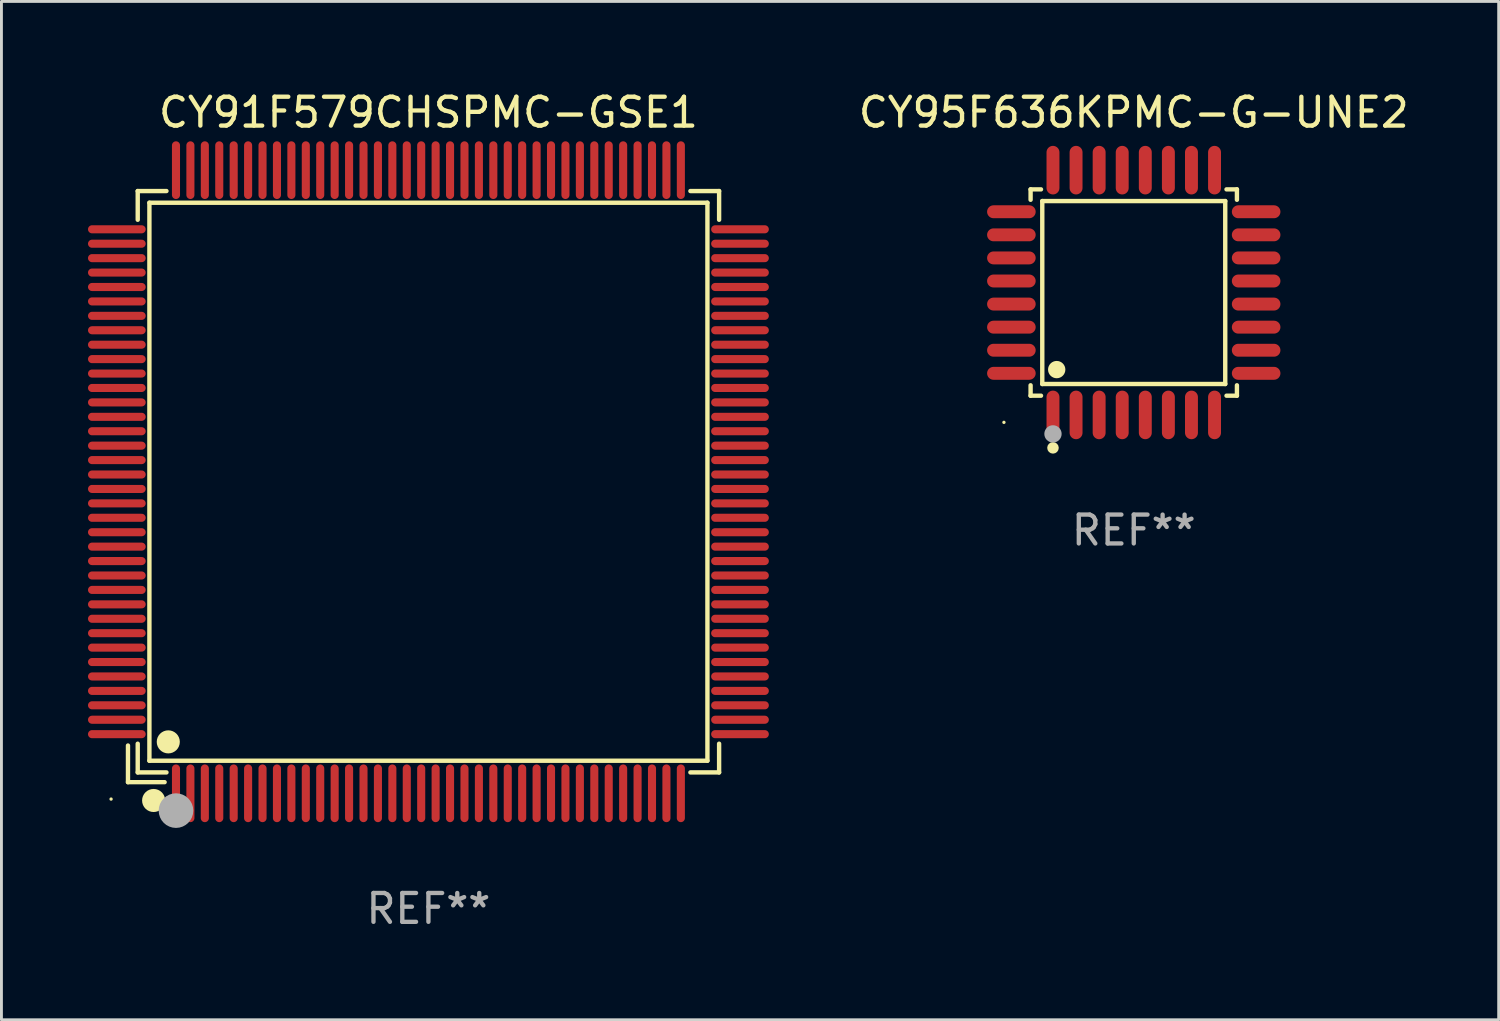
<source format=kicad_pcb>
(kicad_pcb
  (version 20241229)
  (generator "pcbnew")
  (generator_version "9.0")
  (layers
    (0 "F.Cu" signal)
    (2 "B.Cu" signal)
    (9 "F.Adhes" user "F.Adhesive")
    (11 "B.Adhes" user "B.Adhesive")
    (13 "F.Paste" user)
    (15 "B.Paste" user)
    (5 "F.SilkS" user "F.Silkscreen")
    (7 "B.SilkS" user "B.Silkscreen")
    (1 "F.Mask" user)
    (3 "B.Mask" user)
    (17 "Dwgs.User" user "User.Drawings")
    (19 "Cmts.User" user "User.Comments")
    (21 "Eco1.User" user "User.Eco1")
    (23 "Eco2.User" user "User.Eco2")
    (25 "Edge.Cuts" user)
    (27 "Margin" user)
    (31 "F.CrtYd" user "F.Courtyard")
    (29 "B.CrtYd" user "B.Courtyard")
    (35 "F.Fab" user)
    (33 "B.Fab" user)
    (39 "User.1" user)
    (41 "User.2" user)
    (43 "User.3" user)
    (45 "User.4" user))
  (footprint "CY91F579CHSPMC-GSE1"
    (layer "F.Cu")
    (at 11.8 13.648)
    (property "Reference" "CY91F579CHSPMC-GSE1" (at 0 -12.8 0) (layer "F.SilkS") (effects (font (size 1 1) (thickness 0.15))))
    (attr through_hole)
    (fp_line (start -10.414 9.144) (end -10.414 10.414) (stroke (width 0.152) (type solid)) (layer "F.SilkS"))
    (fp_line (start -10.414 10.414) (end -9.144 10.414) (stroke (width 0.152) (type solid)) (layer "F.SilkS"))
    (fp_line (start -10.076 -10.076) (end -9.08 -10.076) (stroke (width 0.152) (type solid)) (layer "F.SilkS"))
    (fp_line (start -10.076 -9.08) (end -10.076 -10.076) (stroke (width 0.152) (type solid)) (layer "F.SilkS"))
    (fp_line (start -10.076 9.081) (end -10.076 10.076) (stroke (width 0.152) (type solid)) (layer "F.SilkS"))
    (fp_line (start -10.076 10.076) (end -9.08 10.076) (stroke (width 0.152) (type solid)) (layer "F.SilkS"))
    (fp_line (start -9.671 -9.671) (end 9.671 -9.671) (stroke (width 0.152) (type solid)) (layer "F.SilkS"))
    (fp_line (start -9.671 9.671) (end -9.671 -9.671) (stroke (width 0.152) (type solid)) (layer "F.SilkS"))
    (fp_line (start 9.671 -9.671) (end 9.671 9.671) (stroke (width 0.152) (type solid)) (layer "F.SilkS"))
    (fp_line (start 9.671 9.671) (end -9.671 9.671) (stroke (width 0.152) (type solid)) (layer "F.SilkS"))
    (fp_line (start 10.076 -10.076) (end 9.081 -10.076) (stroke (width 0.152) (type solid)) (layer "F.SilkS"))
    (fp_line (start 10.076 -9.08) (end 10.076 -10.076) (stroke (width 0.152) (type solid)) (layer "F.SilkS"))
    (fp_line (start 10.076 9.081) (end 10.076 10.076) (stroke (width 0.152) (type solid)) (layer "F.SilkS"))
    (fp_line (start 10.076 10.076) (end 9.081 10.076) (stroke (width 0.152) (type solid)) (layer "F.SilkS"))
    (fp_circle (center -11 11) (end -10.97 11) (stroke (width 0.06) (type solid)) (fill no) (layer "F.SilkS"))
    (fp_circle (center -9.525 11.049) (end -9.325 11.049) (stroke (width 0.4) (type solid)) (fill no) (layer "F.SilkS"))
    (fp_circle (center -9.017 9.017) (end -8.817 9.017) (stroke (width 0.4) (type solid)) (fill no) (layer "F.SilkS"))
    (fp_circle (center -8.75 11.4) (end -8.45 11.4) (stroke (width 0.6) (type solid)) (fill no) (layer "F.Fab"))
    (fp_text user "REF**" (at 0 14.8 0) (layer "F.Fab") (effects (font (size 1 1) (thickness 0.15))))
    (pad "1" smd oval (at -8.75 10.8) (size 0.28 2) (layers "F.Cu" "F.Mask" "F.Paste"))
    (pad "2" smd oval (at -8.25 10.8) (size 0.28 2) (layers "F.Cu" "F.Mask" "F.Paste"))
    (pad "3" smd oval (at -7.75 10.8) (size 0.28 2) (layers "F.Cu" "F.Mask" "F.Paste"))
    (pad "4" smd oval (at -7.25 10.8) (size 0.28 2) (layers "F.Cu" "F.Mask" "F.Paste"))
    (pad "5" smd oval (at -6.75 10.8) (size 0.28 2) (layers "F.Cu" "F.Mask" "F.Paste"))
    (pad "6" smd oval (at -6.25 10.8) (size 0.28 2) (layers "F.Cu" "F.Mask" "F.Paste"))
    (pad "7" smd oval (at -5.75 10.8) (size 0.28 2) (layers "F.Cu" "F.Mask" "F.Paste"))
    (pad "8" smd oval (at -5.25 10.8) (size 0.28 2) (layers "F.Cu" "F.Mask" "F.Paste"))
    (pad "9" smd oval (at -4.75 10.8) (size 0.28 2) (layers "F.Cu" "F.Mask" "F.Paste"))
    (pad "10" smd oval (at -4.25 10.8) (size 0.28 2) (layers "F.Cu" "F.Mask" "F.Paste"))
    (pad "11" smd oval (at -3.75 10.8) (size 0.28 2) (layers "F.Cu" "F.Mask" "F.Paste"))
    (pad "12" smd oval (at -3.25 10.8) (size 0.28 2) (layers "F.Cu" "F.Mask" "F.Paste"))
    (pad "13" smd oval (at -2.75 10.8) (size 0.28 2) (layers "F.Cu" "F.Mask" "F.Paste"))
    (pad "14" smd oval (at -2.25 10.8) (size 0.28 2) (layers "F.Cu" "F.Mask" "F.Paste"))
    (pad "15" smd oval (at -1.75 10.8) (size 0.28 2) (layers "F.Cu" "F.Mask" "F.Paste"))
    (pad "16" smd oval (at -1.25 10.8) (size 0.28 2) (layers "F.Cu" "F.Mask" "F.Paste"))
    (pad "17" smd oval (at -0.75 10.8) (size 0.28 2) (layers "F.Cu" "F.Mask" "F.Paste"))
    (pad "18" smd oval (at -0.25 10.8) (size 0.28 2) (layers "F.Cu" "F.Mask" "F.Paste"))
    (pad "19" smd oval (at 0.25 10.8) (size 0.28 2) (layers "F.Cu" "F.Mask" "F.Paste"))
    (pad "20" smd oval (at 0.75 10.8) (size 0.28 2) (layers "F.Cu" "F.Mask" "F.Paste"))
    (pad "21" smd oval (at 1.25 10.8) (size 0.28 2) (layers "F.Cu" "F.Mask" "F.Paste"))
    (pad "22" smd oval (at 1.75 10.8) (size 0.28 2) (layers "F.Cu" "F.Mask" "F.Paste"))
    (pad "23" smd oval (at 2.25 10.8) (size 0.28 2) (layers "F.Cu" "F.Mask" "F.Paste"))
    (pad "24" smd oval (at 2.75 10.8) (size 0.28 2) (layers "F.Cu" "F.Mask" "F.Paste"))
    (pad "25" smd oval (at 3.25 10.8) (size 0.28 2) (layers "F.Cu" "F.Mask" "F.Paste"))
    (pad "26" smd oval (at 3.75 10.8) (size 0.28 2) (layers "F.Cu" "F.Mask" "F.Paste"))
    (pad "27" smd oval (at 4.25 10.8) (size 0.28 2) (layers "F.Cu" "F.Mask" "F.Paste"))
    (pad "28" smd oval (at 4.75 10.8) (size 0.28 2) (layers "F.Cu" "F.Mask" "F.Paste"))
    (pad "29" smd oval (at 5.25 10.8) (size 0.28 2) (layers "F.Cu" "F.Mask" "F.Paste"))
    (pad "30" smd oval (at 5.75 10.8) (size 0.28 2) (layers "F.Cu" "F.Mask" "F.Paste"))
    (pad "31" smd oval (at 6.25 10.8) (size 0.28 2) (layers "F.Cu" "F.Mask" "F.Paste"))
    (pad "32" smd oval (at 6.75 10.8) (size 0.28 2) (layers "F.Cu" "F.Mask" "F.Paste"))
    (pad "33" smd oval (at 7.25 10.8) (size 0.28 2) (layers "F.Cu" "F.Mask" "F.Paste"))
    (pad "34" smd oval (at 7.75 10.8) (size 0.28 2) (layers "F.Cu" "F.Mask" "F.Paste"))
    (pad "35" smd oval (at 8.25 10.8) (size 0.28 2) (layers "F.Cu" "F.Mask" "F.Paste"))
    (pad "36" smd oval (at 8.75 10.8) (size 0.28 2) (layers "F.Cu" "F.Mask" "F.Paste"))
    (pad "37" smd oval (at 10.8 8.75) (size 2 0.28) (layers "F.Cu" "F.Mask" "F.Paste"))
    (pad "38" smd oval (at 10.8 8.25) (size 2 0.28) (layers "F.Cu" "F.Mask" "F.Paste"))
    (pad "39" smd oval (at 10.8 7.75) (size 2 0.28) (layers "F.Cu" "F.Mask" "F.Paste"))
    (pad "40" smd oval (at 10.8 7.25) (size 2 0.28) (layers "F.Cu" "F.Mask" "F.Paste"))
    (pad "41" smd oval (at 10.8 6.75) (size 2 0.28) (layers "F.Cu" "F.Mask" "F.Paste"))
    (pad "42" smd oval (at 10.8 6.25) (size 2 0.28) (layers "F.Cu" "F.Mask" "F.Paste"))
    (pad "43" smd oval (at 10.8 5.75) (size 2 0.28) (layers "F.Cu" "F.Mask" "F.Paste"))
    (pad "44" smd oval (at 10.8 5.25) (size 2 0.28) (layers "F.Cu" "F.Mask" "F.Paste"))
    (pad "45" smd oval (at 10.8 4.75) (size 2 0.28) (layers "F.Cu" "F.Mask" "F.Paste"))
    (pad "46" smd oval (at 10.8 4.25) (size 2 0.28) (layers "F.Cu" "F.Mask" "F.Paste"))
    (pad "47" smd oval (at 10.8 3.75) (size 2 0.28) (layers "F.Cu" "F.Mask" "F.Paste"))
    (pad "48" smd oval (at 10.8 3.25) (size 2 0.28) (layers "F.Cu" "F.Mask" "F.Paste"))
    (pad "49" smd oval (at 10.8 2.75) (size 2 0.28) (layers "F.Cu" "F.Mask" "F.Paste"))
    (pad "50" smd oval (at 10.8 2.25) (size 2 0.28) (layers "F.Cu" "F.Mask" "F.Paste"))
    (pad "51" smd oval (at 10.8 1.75) (size 2 0.28) (layers "F.Cu" "F.Mask" "F.Paste"))
    (pad "52" smd oval (at 10.8 1.25) (size 2 0.28) (layers "F.Cu" "F.Mask" "F.Paste"))
    (pad "53" smd oval (at 10.8 0.75) (size 2 0.28) (layers "F.Cu" "F.Mask" "F.Paste"))
    (pad "54" smd oval (at 10.8 0.25) (size 2 0.28) (layers "F.Cu" "F.Mask" "F.Paste"))
    (pad "55" smd oval (at 10.8 -0.25) (size 2 0.28) (layers "F.Cu" "F.Mask" "F.Paste"))
    (pad "56" smd oval (at 10.8 -0.75) (size 2 0.28) (layers "F.Cu" "F.Mask" "F.Paste"))
    (pad "57" smd oval (at 10.8 -1.25) (size 2 0.28) (layers "F.Cu" "F.Mask" "F.Paste"))
    (pad "58" smd oval (at 10.8 -1.75) (size 2 0.28) (layers "F.Cu" "F.Mask" "F.Paste"))
    (pad "59" smd oval (at 10.8 -2.25) (size 2 0.28) (layers "F.Cu" "F.Mask" "F.Paste"))
    (pad "60" smd oval (at 10.8 -2.75) (size 2 0.28) (layers "F.Cu" "F.Mask" "F.Paste"))
    (pad "61" smd oval (at 10.8 -3.25) (size 2 0.28) (layers "F.Cu" "F.Mask" "F.Paste"))
    (pad "62" smd oval (at 10.8 -3.75) (size 2 0.28) (layers "F.Cu" "F.Mask" "F.Paste"))
    (pad "63" smd oval (at 10.8 -4.25) (size 2 0.28) (layers "F.Cu" "F.Mask" "F.Paste"))
    (pad "64" smd oval (at 10.8 -4.75) (size 2 0.28) (layers "F.Cu" "F.Mask" "F.Paste"))
    (pad "65" smd oval (at 10.8 -5.25) (size 2 0.28) (layers "F.Cu" "F.Mask" "F.Paste"))
    (pad "66" smd oval (at 10.8 -5.75) (size 2 0.28) (layers "F.Cu" "F.Mask" "F.Paste"))
    (pad "67" smd oval (at 10.8 -6.25) (size 2 0.28) (layers "F.Cu" "F.Mask" "F.Paste"))
    (pad "68" smd oval (at 10.8 -6.75) (size 2 0.28) (layers "F.Cu" "F.Mask" "F.Paste"))
    (pad "69" smd oval (at 10.8 -7.25) (size 2 0.28) (layers "F.Cu" "F.Mask" "F.Paste"))
    (pad "70" smd oval (at 10.8 -7.75) (size 2 0.28) (layers "F.Cu" "F.Mask" "F.Paste"))
    (pad "71" smd oval (at 10.8 -8.25) (size 2 0.28) (layers "F.Cu" "F.Mask" "F.Paste"))
    (pad "72" smd oval (at 10.8 -8.75) (size 2 0.28) (layers "F.Cu" "F.Mask" "F.Paste"))
    (pad "73" smd oval (at 8.75 -10.8) (size 0.28 2) (layers "F.Cu" "F.Mask" "F.Paste"))
    (pad "74" smd oval (at 8.25 -10.8) (size 0.28 2) (layers "F.Cu" "F.Mask" "F.Paste"))
    (pad "75" smd oval (at 7.75 -10.8) (size 0.28 2) (layers "F.Cu" "F.Mask" "F.Paste"))
    (pad "76" smd oval (at 7.25 -10.8) (size 0.28 2) (layers "F.Cu" "F.Mask" "F.Paste"))
    (pad "77" smd oval (at 6.75 -10.8) (size 0.28 2) (layers "F.Cu" "F.Mask" "F.Paste"))
    (pad "78" smd oval (at 6.25 -10.8) (size 0.28 2) (layers "F.Cu" "F.Mask" "F.Paste"))
    (pad "79" smd oval (at 5.75 -10.8) (size 0.28 2) (layers "F.Cu" "F.Mask" "F.Paste"))
    (pad "80" smd oval (at 5.25 -10.8) (size 0.28 2) (layers "F.Cu" "F.Mask" "F.Paste"))
    (pad "81" smd oval (at 4.75 -10.8) (size 0.28 2) (layers "F.Cu" "F.Mask" "F.Paste"))
    (pad "82" smd oval (at 4.25 -10.8) (size 0.28 2) (layers "F.Cu" "F.Mask" "F.Paste"))
    (pad "83" smd oval (at 3.75 -10.8) (size 0.28 2) (layers "F.Cu" "F.Mask" "F.Paste"))
    (pad "84" smd oval (at 3.25 -10.8) (size 0.28 2) (layers "F.Cu" "F.Mask" "F.Paste"))
    (pad "85" smd oval (at 2.75 -10.8) (size 0.28 2) (layers "F.Cu" "F.Mask" "F.Paste"))
    (pad "86" smd oval (at 2.25 -10.8) (size 0.28 2) (layers "F.Cu" "F.Mask" "F.Paste"))
    (pad "87" smd oval (at 1.75 -10.8) (size 0.28 2) (layers "F.Cu" "F.Mask" "F.Paste"))
    (pad "88" smd oval (at 1.25 -10.8) (size 0.28 2) (layers "F.Cu" "F.Mask" "F.Paste"))
    (pad "89" smd oval (at 0.75 -10.8) (size 0.28 2) (layers "F.Cu" "F.Mask" "F.Paste"))
    (pad "90" smd oval (at 0.25 -10.8) (size 0.28 2) (layers "F.Cu" "F.Mask" "F.Paste"))
    (pad "91" smd oval (at -0.25 -10.8) (size 0.28 2) (layers "F.Cu" "F.Mask" "F.Paste"))
    (pad "92" smd oval (at -0.75 -10.8) (size 0.28 2) (layers "F.Cu" "F.Mask" "F.Paste"))
    (pad "93" smd oval (at -1.25 -10.8) (size 0.28 2) (layers "F.Cu" "F.Mask" "F.Paste"))
    (pad "94" smd oval (at -1.75 -10.8) (size 0.28 2) (layers "F.Cu" "F.Mask" "F.Paste"))
    (pad "95" smd oval (at -2.25 -10.8) (size 0.28 2) (layers "F.Cu" "F.Mask" "F.Paste"))
    (pad "96" smd oval (at -2.75 -10.8) (size 0.28 2) (layers "F.Cu" "F.Mask" "F.Paste"))
    (pad "97" smd oval (at -3.25 -10.8) (size 0.28 2) (layers "F.Cu" "F.Mask" "F.Paste"))
    (pad "98" smd oval (at -3.75 -10.8) (size 0.28 2) (layers "F.Cu" "F.Mask" "F.Paste"))
    (pad "99" smd oval (at -4.25 -10.8) (size 0.28 2) (layers "F.Cu" "F.Mask" "F.Paste"))
    (pad "100" smd oval (at -4.75 -10.8) (size 0.28 2) (layers "F.Cu" "F.Mask" "F.Paste"))
    (pad "101" smd oval (at -5.25 -10.8) (size 0.28 2) (layers "F.Cu" "F.Mask" "F.Paste"))
    (pad "102" smd oval (at -5.75 -10.8) (size 0.28 2) (layers "F.Cu" "F.Mask" "F.Paste"))
    (pad "103" smd oval (at -6.25 -10.8) (size 0.28 2) (layers "F.Cu" "F.Mask" "F.Paste"))
    (pad "104" smd oval (at -6.75 -10.8) (size 0.28 2) (layers "F.Cu" "F.Mask" "F.Paste"))
    (pad "105" smd oval (at -7.25 -10.8) (size 0.28 2) (layers "F.Cu" "F.Mask" "F.Paste"))
    (pad "106" smd oval (at -7.75 -10.8) (size 0.28 2) (layers "F.Cu" "F.Mask" "F.Paste"))
    (pad "107" smd oval (at -8.25 -10.8) (size 0.28 2) (layers "F.Cu" "F.Mask" "F.Paste"))
    (pad "108" smd oval (at -8.75 -10.8) (size 0.28 2) (layers "F.Cu" "F.Mask" "F.Paste"))
    (pad "109" smd oval (at -10.8 -8.75) (size 2 0.28) (layers "F.Cu" "F.Mask" "F.Paste"))
    (pad "110" smd oval (at -10.8 -8.25) (size 2 0.28) (layers "F.Cu" "F.Mask" "F.Paste"))
    (pad "111" smd oval (at -10.8 -7.75) (size 2 0.28) (layers "F.Cu" "F.Mask" "F.Paste"))
    (pad "112" smd oval (at -10.8 -7.25) (size 2 0.28) (layers "F.Cu" "F.Mask" "F.Paste"))
    (pad "113" smd oval (at -10.8 -6.75) (size 2 0.28) (layers "F.Cu" "F.Mask" "F.Paste"))
    (pad "114" smd oval (at -10.8 -6.25) (size 2 0.28) (layers "F.Cu" "F.Mask" "F.Paste"))
    (pad "115" smd oval (at -10.8 -5.75) (size 2 0.28) (layers "F.Cu" "F.Mask" "F.Paste"))
    (pad "116" smd oval (at -10.8 -5.25) (size 2 0.28) (layers "F.Cu" "F.Mask" "F.Paste"))
    (pad "117" smd oval (at -10.8 -4.75) (size 2 0.28) (layers "F.Cu" "F.Mask" "F.Paste"))
    (pad "118" smd oval (at -10.8 -4.25) (size 2 0.28) (layers "F.Cu" "F.Mask" "F.Paste"))
    (pad "119" smd oval (at -10.8 -3.75) (size 2 0.28) (layers "F.Cu" "F.Mask" "F.Paste"))
    (pad "120" smd oval (at -10.8 -3.25) (size 2 0.28) (layers "F.Cu" "F.Mask" "F.Paste"))
    (pad "121" smd oval (at -10.8 -2.75) (size 2 0.28) (layers "F.Cu" "F.Mask" "F.Paste"))
    (pad "122" smd oval (at -10.8 -2.25) (size 2 0.28) (layers "F.Cu" "F.Mask" "F.Paste"))
    (pad "123" smd oval (at -10.8 -1.75) (size 2 0.28) (layers "F.Cu" "F.Mask" "F.Paste"))
    (pad "124" smd oval (at -10.8 -1.25) (size 2 0.28) (layers "F.Cu" "F.Mask" "F.Paste"))
    (pad "125" smd oval (at -10.8 -0.75) (size 2 0.28) (layers "F.Cu" "F.Mask" "F.Paste"))
    (pad "126" smd oval (at -10.8 -0.25) (size 2 0.28) (layers "F.Cu" "F.Mask" "F.Paste"))
    (pad "127" smd oval (at -10.8 0.25) (size 2 0.28) (layers "F.Cu" "F.Mask" "F.Paste"))
    (pad "128" smd oval (at -10.8 0.75) (size 2 0.28) (layers "F.Cu" "F.Mask" "F.Paste"))
    (pad "129" smd oval (at -10.8 1.25) (size 2 0.28) (layers "F.Cu" "F.Mask" "F.Paste"))
    (pad "130" smd oval (at -10.8 1.75) (size 2 0.28) (layers "F.Cu" "F.Mask" "F.Paste"))
    (pad "131" smd oval (at -10.8 2.25) (size 2 0.28) (layers "F.Cu" "F.Mask" "F.Paste"))
    (pad "132" smd oval (at -10.8 2.75) (size 2 0.28) (layers "F.Cu" "F.Mask" "F.Paste"))
    (pad "133" smd oval (at -10.8 3.25) (size 2 0.28) (layers "F.Cu" "F.Mask" "F.Paste"))
    (pad "134" smd oval (at -10.8 3.75) (size 2 0.28) (layers "F.Cu" "F.Mask" "F.Paste"))
    (pad "135" smd oval (at -10.8 4.25) (size 2 0.28) (layers "F.Cu" "F.Mask" "F.Paste"))
    (pad "136" smd oval (at -10.8 4.75) (size 2 0.28) (layers "F.Cu" "F.Mask" "F.Paste"))
    (pad "137" smd oval (at -10.8 5.25) (size 2 0.28) (layers "F.Cu" "F.Mask" "F.Paste"))
    (pad "138" smd oval (at -10.8 5.75) (size 2 0.28) (layers "F.Cu" "F.Mask" "F.Paste"))
    (pad "139" smd oval (at -10.8 6.25) (size 2 0.28) (layers "F.Cu" "F.Mask" "F.Paste"))
    (pad "140" smd oval (at -10.8 6.75) (size 2 0.28) (layers "F.Cu" "F.Mask" "F.Paste"))
    (pad "141" smd oval (at -10.8 7.25) (size 2 0.28) (layers "F.Cu" "F.Mask" "F.Paste"))
    (pad "142" smd oval (at -10.8 7.75) (size 2 0.28) (layers "F.Cu" "F.Mask" "F.Paste"))
    (pad "143" smd oval (at -10.8 8.25) (size 2 0.28) (layers "F.Cu" "F.Mask" "F.Paste"))
    (pad "144" smd oval (at -10.8 8.75) (size 2 0.28) (layers "F.Cu" "F.Mask" "F.Paste")))
  (footprint "CY95F636KPMC-G-UNE2"
    (layer "F.Cu")
    (at 36.249 7.09)
    (property "Reference" "CY95F636KPMC-G-UNE2" (at 0 -6.242 0) (layer "F.SilkS") (effects (font (size 1 1) (thickness 0.15))))
    (attr through_hole)
    (fp_line (start -3.576 -3.576) (end -3.215 -3.576) (stroke (width 0.152) (type solid)) (layer "F.SilkS"))
    (fp_line (start -3.576 -3.215) (end -3.576 -3.576) (stroke (width 0.152) (type solid)) (layer "F.SilkS"))
    (fp_line (start -3.576 3.215) (end -3.576 3.576) (stroke (width 0.152) (type solid)) (layer "F.SilkS"))
    (fp_line (start -3.576 3.576) (end -3.215 3.576) (stroke (width 0.152) (type solid)) (layer "F.SilkS"))
    (fp_line (start -3.171 -3.171) (end 3.171 -3.171) (stroke (width 0.152) (type solid)) (layer "F.SilkS"))
    (fp_line (start -3.171 3.171) (end -3.171 -3.171) (stroke (width 0.152) (type solid)) (layer "F.SilkS"))
    (fp_line (start 3.171 -3.171) (end 3.171 3.171) (stroke (width 0.152) (type solid)) (layer "F.SilkS"))
    (fp_line (start 3.171 3.171) (end -3.171 3.171) (stroke (width 0.152) (type solid)) (layer "F.SilkS"))
    (fp_line (start 3.576 -3.576) (end 3.215 -3.576) (stroke (width 0.152) (type solid)) (layer "F.SilkS"))
    (fp_line (start 3.576 -3.215) (end 3.576 -3.576) (stroke (width 0.152) (type solid)) (layer "F.SilkS"))
    (fp_line (start 3.576 3.215) (end 3.576 3.576) (stroke (width 0.152) (type solid)) (layer "F.SilkS"))
    (fp_line (start 3.576 3.576) (end 3.215 3.576) (stroke (width 0.152) (type solid)) (layer "F.SilkS"))
    (fp_circle (center -4.5 4.5) (end -4.47 4.5) (stroke (width 0.06) (type solid)) (fill no) (layer "F.SilkS"))
    (fp_circle (center -2.8 5.384) (end -2.7 5.384) (stroke (width 0.2) (type solid)) (fill no) (layer "F.SilkS"))
    (fp_circle (center -2.671 2.671) (end -2.521 2.671) (stroke (width 0.3) (type solid)) (fill no) (layer "F.SilkS"))
    (fp_circle (center -2.8 4.9) (end -2.65 4.9) (stroke (width 0.3) (type solid)) (fill no) (layer "F.Fab"))
    (fp_text user "REF**" (at 0 8.242 0) (layer "F.Fab") (effects (font (size 1 1) (thickness 0.15))))
    (pad "1" smd oval (at -2.8 4.242) (size 0.448 1.684) (layers "F.Cu" "F.Mask" "F.Paste"))
    (pad "2" smd oval (at -2 4.242) (size 0.448 1.684) (layers "F.Cu" "F.Mask" "F.Paste"))
    (pad "3" smd oval (at -1.2 4.242) (size 0.448 1.684) (layers "F.Cu" "F.Mask" "F.Paste"))
    (pad "4" smd oval (at -0.4 4.242) (size 0.448 1.684) (layers "F.Cu" "F.Mask" "F.Paste"))
    (pad "5" smd oval (at 0.4 4.242) (size 0.448 1.684) (layers "F.Cu" "F.Mask" "F.Paste"))
    (pad "6" smd oval (at 1.2 4.242) (size 0.448 1.684) (layers "F.Cu" "F.Mask" "F.Paste"))
    (pad "7" smd oval (at 2 4.242) (size 0.448 1.684) (layers "F.Cu" "F.Mask" "F.Paste"))
    (pad "8" smd oval (at 2.8 4.242) (size 0.448 1.684) (layers "F.Cu" "F.Mask" "F.Paste"))
    (pad "9" smd oval (at 4.242 2.8) (size 1.684 0.448) (layers "F.Cu" "F.Mask" "F.Paste"))
    (pad "10" smd oval (at 4.242 2) (size 1.684 0.448) (layers "F.Cu" "F.Mask" "F.Paste"))
    (pad "11" smd oval (at 4.242 1.2) (size 1.684 0.448) (layers "F.Cu" "F.Mask" "F.Paste"))
    (pad "12" smd oval (at 4.242 0.4) (size 1.684 0.448) (layers "F.Cu" "F.Mask" "F.Paste"))
    (pad "13" smd oval (at 4.242 -0.4) (size 1.684 0.448) (layers "F.Cu" "F.Mask" "F.Paste"))
    (pad "14" smd oval (at 4.242 -1.2) (size 1.684 0.448) (layers "F.Cu" "F.Mask" "F.Paste"))
    (pad "15" smd oval (at 4.242 -2) (size 1.684 0.448) (layers "F.Cu" "F.Mask" "F.Paste"))
    (pad "16" smd oval (at 4.242 -2.8) (size 1.684 0.448) (layers "F.Cu" "F.Mask" "F.Paste"))
    (pad "17" smd oval (at 2.8 -4.242) (size 0.448 1.684) (layers "F.Cu" "F.Mask" "F.Paste"))
    (pad "18" smd oval (at 2 -4.242) (size 0.448 1.684) (layers "F.Cu" "F.Mask" "F.Paste"))
    (pad "19" smd oval (at 1.2 -4.242) (size 0.448 1.684) (layers "F.Cu" "F.Mask" "F.Paste"))
    (pad "20" smd oval (at 0.4 -4.242) (size 0.448 1.684) (layers "F.Cu" "F.Mask" "F.Paste"))
    (pad "21" smd oval (at -0.4 -4.242) (size 0.448 1.684) (layers "F.Cu" "F.Mask" "F.Paste"))
    (pad "22" smd oval (at -1.2 -4.242) (size 0.448 1.684) (layers "F.Cu" "F.Mask" "F.Paste"))
    (pad "23" smd oval (at -2 -4.242) (size 0.448 1.684) (layers "F.Cu" "F.Mask" "F.Paste"))
    (pad "24" smd oval (at -2.8 -4.242) (size 0.448 1.684) (layers "F.Cu" "F.Mask" "F.Paste"))
    (pad "25" smd oval (at -4.242 -2.8) (size 1.684 0.448) (layers "F.Cu" "F.Mask" "F.Paste"))
    (pad "26" smd oval (at -4.242 -2) (size 1.684 0.448) (layers "F.Cu" "F.Mask" "F.Paste"))
    (pad "27" smd oval (at -4.242 -1.2) (size 1.684 0.448) (layers "F.Cu" "F.Mask" "F.Paste"))
    (pad "28" smd oval (at -4.242 -0.4) (size 1.684 0.448) (layers "F.Cu" "F.Mask" "F.Paste"))
    (pad "29" smd oval (at -4.242 0.4) (size 1.684 0.448) (layers "F.Cu" "F.Mask" "F.Paste"))
    (pad "30" smd oval (at -4.242 1.2) (size 1.684 0.448) (layers "F.Cu" "F.Mask" "F.Paste"))
    (pad "31" smd oval (at -4.242 2) (size 1.684 0.448) (layers "F.Cu" "F.Mask" "F.Paste"))
    (pad "32" smd oval (at -4.242 2.8) (size 1.684 0.448) (layers "F.Cu" "F.Mask" "F.Paste")))
  (gr_rect
    (start -3 -3)
    (end 48.898 32.297)
    (stroke (width 0.1) (type default))
    (fill no)
    (layer "Edge.Cuts")))
</source>
